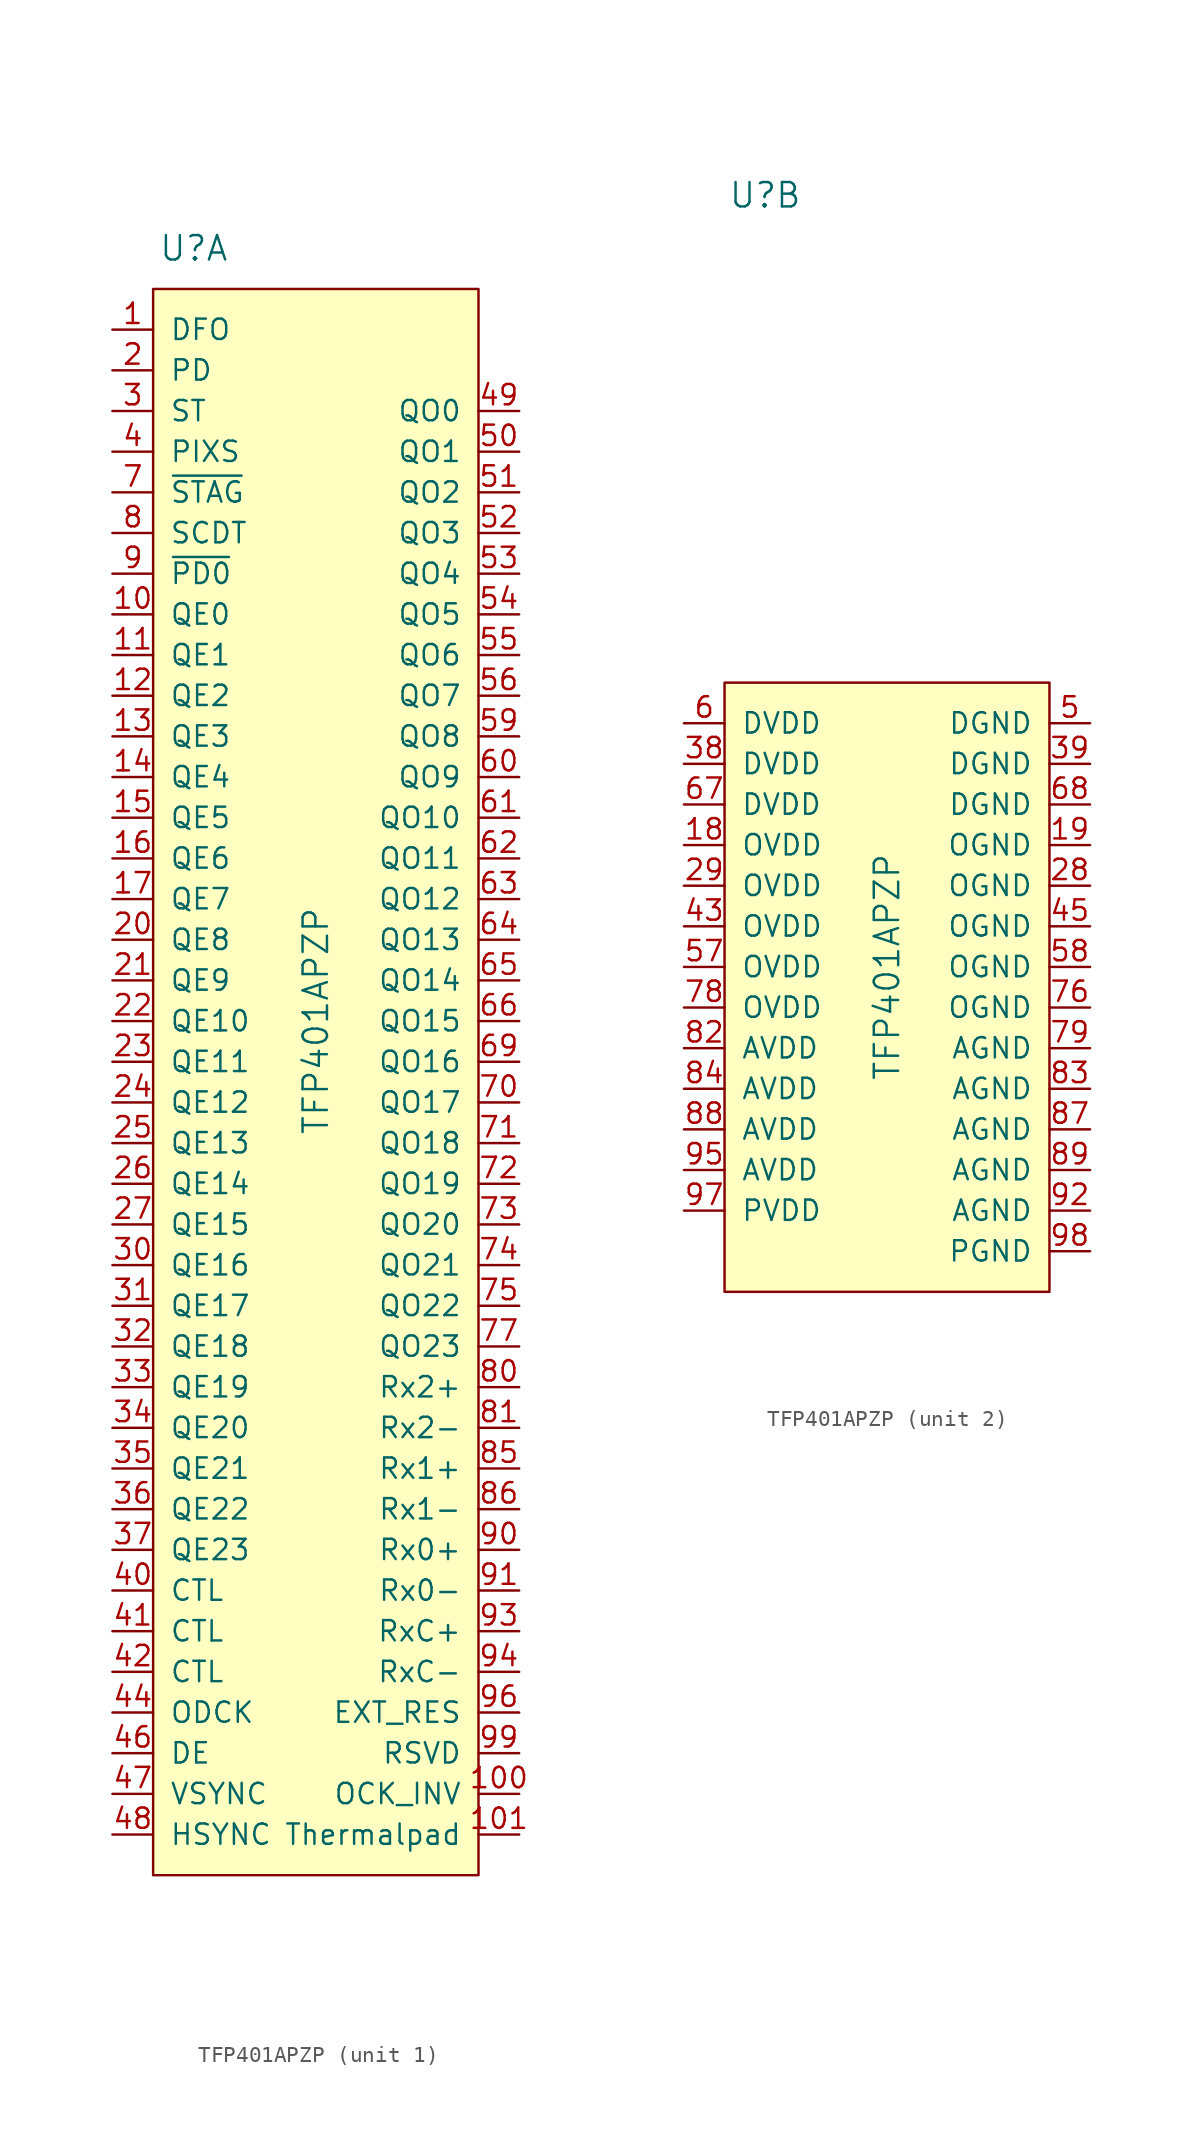
<source format=kicad_sym>
(kicad_symbol_lib
  (version 20220914)
  (generator kicad_symbol_editor)
  (symbol "TFP401APZP"
    (pin_names
      (offset 1.016))
    (property "Reference" "U"
      (at -10.16 48.26 0)
      (effects (font (size 1.524 1.524))))
    (property "Value" "TFP401APZP"
      (at -2.54 0 90)
      (effects (font (size 1.524 1.524))))
    (property "ki_locked" ""
      (at 0 0 0)
      (effects (font (size 1.27 1.27))))
    (symbol "TFP401APZP_1_1"
      (rectangle (start -12.7 45.72) (end 7.62 -53.34) (stroke (width 0) (type default)) (fill (type background)))
      (pin input line (at -15.24 43.18 0) (length 2.54) (name "DFO" (effects (font (size 1.27 1.27)))) (number "1" (effects (font (size 1.27 1.27)))))
      (pin output line (at -15.24 25.4 0) (length 2.54) (name "QE0" (effects (font (size 1.27 1.27)))) (number "10" (effects (font (size 1.27 1.27)))))
      (pin input line (at 10.16 -48.26 180) (length 2.54) (name "OCK_INV" (effects (font (size 1.27 1.27)))) (number "100" (effects (font (size 1.27 1.27)))))
      (pin passive line (at 10.16 -50.8 180) (length 2.54) (name "Thermalpad" (effects (font (size 1.27 1.27)))) (number "101" (effects (font (size 1.27 1.27)))))
      (pin output line (at -15.24 22.86 0) (length 2.54) (name "QE1" (effects (font (size 1.27 1.27)))) (number "11" (effects (font (size 1.27 1.27)))))
      (pin output line (at -15.24 20.32 0) (length 2.54) (name "QE2" (effects (font (size 1.27 1.27)))) (number "12" (effects (font (size 1.27 1.27)))))
      (pin output line (at -15.24 17.78 0) (length 2.54) (name "QE3" (effects (font (size 1.27 1.27)))) (number "13" (effects (font (size 1.27 1.27)))))
      (pin output line (at -15.24 15.24 0) (length 2.54) (name "QE4" (effects (font (size 1.27 1.27)))) (number "14" (effects (font (size 1.27 1.27)))))
      (pin output line (at -15.24 12.7 0) (length 2.54) (name "QE5" (effects (font (size 1.27 1.27)))) (number "15" (effects (font (size 1.27 1.27)))))
      (pin output line (at -15.24 10.16 0) (length 2.54) (name "QE6" (effects (font (size 1.27 1.27)))) (number "16" (effects (font (size 1.27 1.27)))))
      (pin output line (at -15.24 7.62 0) (length 2.54) (name "QE7" (effects (font (size 1.27 1.27)))) (number "17" (effects (font (size 1.27 1.27)))))
      (pin input line (at -15.24 40.64 0) (length 2.54) (name "PD" (effects (font (size 1.27 1.27)))) (number "2" (effects (font (size 1.27 1.27)))))
      (pin output line (at -15.24 5.08 0) (length 2.54) (name "QE8" (effects (font (size 1.27 1.27)))) (number "20" (effects (font (size 1.27 1.27)))))
      (pin output line (at -15.24 2.54 0) (length 2.54) (name "QE9" (effects (font (size 1.27 1.27)))) (number "21" (effects (font (size 1.27 1.27)))))
      (pin output line (at -15.24 0 0) (length 2.54) (name "QE10" (effects (font (size 1.27 1.27)))) (number "22" (effects (font (size 1.27 1.27)))))
      (pin output line (at -15.24 -2.54 0) (length 2.54) (name "QE11" (effects (font (size 1.27 1.27)))) (number "23" (effects (font (size 1.27 1.27)))))
      (pin output line (at -15.24 -5.08 0) (length 2.54) (name "QE12" (effects (font (size 1.27 1.27)))) (number "24" (effects (font (size 1.27 1.27)))))
      (pin output line (at -15.24 -7.62 0) (length 2.54) (name "QE13" (effects (font (size 1.27 1.27)))) (number "25" (effects (font (size 1.27 1.27)))))
      (pin output line (at -15.24 -10.16 0) (length 2.54) (name "QE14" (effects (font (size 1.27 1.27)))) (number "26" (effects (font (size 1.27 1.27)))))
      (pin output line (at -15.24 -12.7 0) (length 2.54) (name "QE15" (effects (font (size 1.27 1.27)))) (number "27" (effects (font (size 1.27 1.27)))))
      (pin output line (at -15.24 38.1 0) (length 2.54) (name "ST" (effects (font (size 1.27 1.27)))) (number "3" (effects (font (size 1.27 1.27)))))
      (pin output line (at -15.24 -15.24 0) (length 2.54) (name "QE16" (effects (font (size 1.27 1.27)))) (number "30" (effects (font (size 1.27 1.27)))))
      (pin output line (at -15.24 -17.78 0) (length 2.54) (name "QE17" (effects (font (size 1.27 1.27)))) (number "31" (effects (font (size 1.27 1.27)))))
      (pin output line (at -15.24 -20.32 0) (length 2.54) (name "QE18" (effects (font (size 1.27 1.27)))) (number "32" (effects (font (size 1.27 1.27)))))
      (pin output line (at -15.24 -22.86 0) (length 2.54) (name "QE19" (effects (font (size 1.27 1.27)))) (number "33" (effects (font (size 1.27 1.27)))))
      (pin output line (at -15.24 -25.4 0) (length 2.54) (name "QE20" (effects (font (size 1.27 1.27)))) (number "34" (effects (font (size 1.27 1.27)))))
      (pin output line (at -15.24 -27.94 0) (length 2.54) (name "QE21" (effects (font (size 1.27 1.27)))) (number "35" (effects (font (size 1.27 1.27)))))
      (pin output line (at -15.24 -30.48 0) (length 2.54) (name "QE22" (effects (font (size 1.27 1.27)))) (number "36" (effects (font (size 1.27 1.27)))))
      (pin output line (at -15.24 -33.02 0) (length 2.54) (name "QE23" (effects (font (size 1.27 1.27)))) (number "37" (effects (font (size 1.27 1.27)))))
      (pin input line (at -15.24 35.56 0) (length 2.54) (name "PIXS" (effects (font (size 1.27 1.27)))) (number "4" (effects (font (size 1.27 1.27)))))
      (pin output line (at -15.24 -35.56 0) (length 2.54) (name "CTL" (effects (font (size 1.27 1.27)))) (number "40" (effects (font (size 1.27 1.27)))))
      (pin output line (at -15.24 -38.1 0) (length 2.54) (name "CTL" (effects (font (size 1.27 1.27)))) (number "41" (effects (font (size 1.27 1.27)))))
      (pin output line (at -15.24 -40.64 0) (length 2.54) (name "CTL" (effects (font (size 1.27 1.27)))) (number "42" (effects (font (size 1.27 1.27)))))
      (pin output line (at -15.24 -43.18 0) (length 2.54) (name "ODCK" (effects (font (size 1.27 1.27)))) (number "44" (effects (font (size 1.27 1.27)))))
      (pin output line (at -15.24 -45.72 0) (length 2.54) (name "DE" (effects (font (size 1.27 1.27)))) (number "46" (effects (font (size 1.27 1.27)))))
      (pin output line (at -15.24 -48.26 0) (length 2.54) (name "VSYNC" (effects (font (size 1.27 1.27)))) (number "47" (effects (font (size 1.27 1.27)))))
      (pin output line (at -15.24 -50.8 0) (length 2.54) (name "HSYNC" (effects (font (size 1.27 1.27)))) (number "48" (effects (font (size 1.27 1.27)))))
      (pin output line (at 10.16 38.1 180) (length 2.54) (name "QO0" (effects (font (size 1.27 1.27)))) (number "49" (effects (font (size 1.27 1.27)))))
      (pin output line (at 10.16 35.56 180) (length 2.54) (name "QO1" (effects (font (size 1.27 1.27)))) (number "50" (effects (font (size 1.27 1.27)))))
      (pin output line (at 10.16 33.02 180) (length 2.54) (name "QO2" (effects (font (size 1.27 1.27)))) (number "51" (effects (font (size 1.27 1.27)))))
      (pin output line (at 10.16 30.48 180) (length 2.54) (name "QO3" (effects (font (size 1.27 1.27)))) (number "52" (effects (font (size 1.27 1.27)))))
      (pin output line (at 10.16 27.94 180) (length 2.54) (name "QO4" (effects (font (size 1.27 1.27)))) (number "53" (effects (font (size 1.27 1.27)))))
      (pin output line (at 10.16 25.4 180) (length 2.54) (name "QO5" (effects (font (size 1.27 1.27)))) (number "54" (effects (font (size 1.27 1.27)))))
      (pin output line (at 10.16 22.86 180) (length 2.54) (name "QO6" (effects (font (size 1.27 1.27)))) (number "55" (effects (font (size 1.27 1.27)))))
      (pin output line (at 10.16 20.32 180) (length 2.54) (name "QO7" (effects (font (size 1.27 1.27)))) (number "56" (effects (font (size 1.27 1.27)))))
      (pin output line (at 10.16 17.78 180) (length 2.54) (name "QO8" (effects (font (size 1.27 1.27)))) (number "59" (effects (font (size 1.27 1.27)))))
      (pin output line (at 10.16 15.24 180) (length 2.54) (name "QO9" (effects (font (size 1.27 1.27)))) (number "60" (effects (font (size 1.27 1.27)))))
      (pin output line (at 10.16 12.7 180) (length 2.54) (name "QO10" (effects (font (size 1.27 1.27)))) (number "61" (effects (font (size 1.27 1.27)))))
      (pin output line (at 10.16 10.16 180) (length 2.54) (name "QO11" (effects (font (size 1.27 1.27)))) (number "62" (effects (font (size 1.27 1.27)))))
      (pin output line (at 10.16 7.62 180) (length 2.54) (name "QO12" (effects (font (size 1.27 1.27)))) (number "63" (effects (font (size 1.27 1.27)))))
      (pin output line (at 10.16 5.08 180) (length 2.54) (name "QO13" (effects (font (size 1.27 1.27)))) (number "64" (effects (font (size 1.27 1.27)))))
      (pin output line (at 10.16 2.54 180) (length 2.54) (name "QO14" (effects (font (size 1.27 1.27)))) (number "65" (effects (font (size 1.27 1.27)))))
      (pin output line (at 10.16 0 180) (length 2.54) (name "QO15" (effects (font (size 1.27 1.27)))) (number "66" (effects (font (size 1.27 1.27)))))
      (pin output line (at 10.16 -2.54 180) (length 2.54) (name "QO16" (effects (font (size 1.27 1.27)))) (number "69" (effects (font (size 1.27 1.27)))))
      (pin input line (at -15.24 33.02 0) (length 2.54) (name "~{STAG}" (effects (font (size 1.27 1.27)))) (number "7" (effects (font (size 1.27 1.27)))))
      (pin output line (at 10.16 -5.08 180) (length 2.54) (name "QO17" (effects (font (size 1.27 1.27)))) (number "70" (effects (font (size 1.27 1.27)))))
      (pin output line (at 10.16 -7.62 180) (length 2.54) (name "QO18" (effects (font (size 1.27 1.27)))) (number "71" (effects (font (size 1.27 1.27)))))
      (pin output line (at 10.16 -10.16 180) (length 2.54) (name "QO19" (effects (font (size 1.27 1.27)))) (number "72" (effects (font (size 1.27 1.27)))))
      (pin output line (at 10.16 -12.7 180) (length 2.54) (name "QO20" (effects (font (size 1.27 1.27)))) (number "73" (effects (font (size 1.27 1.27)))))
      (pin output line (at 10.16 -15.24 180) (length 2.54) (name "QO21" (effects (font (size 1.27 1.27)))) (number "74" (effects (font (size 1.27 1.27)))))
      (pin output line (at 10.16 -17.78 180) (length 2.54) (name "QO22" (effects (font (size 1.27 1.27)))) (number "75" (effects (font (size 1.27 1.27)))))
      (pin output line (at 10.16 -20.32 180) (length 2.54) (name "QO23" (effects (font (size 1.27 1.27)))) (number "77" (effects (font (size 1.27 1.27)))))
      (pin output line (at -15.24 30.48 0) (length 2.54) (name "SCDT" (effects (font (size 1.27 1.27)))) (number "8" (effects (font (size 1.27 1.27)))))
      (pin input line (at 10.16 -22.86 180) (length 2.54) (name "Rx2+" (effects (font (size 1.27 1.27)))) (number "80" (effects (font (size 1.27 1.27)))))
      (pin input line (at 10.16 -25.4 180) (length 2.54) (name "Rx2-" (effects (font (size 1.27 1.27)))) (number "81" (effects (font (size 1.27 1.27)))))
      (pin input line (at 10.16 -27.94 180) (length 2.54) (name "Rx1+" (effects (font (size 1.27 1.27)))) (number "85" (effects (font (size 1.27 1.27)))))
      (pin input line (at 10.16 -30.48 180) (length 2.54) (name "Rx1-" (effects (font (size 1.27 1.27)))) (number "86" (effects (font (size 1.27 1.27)))))
      (pin input line (at -15.24 27.94 0) (length 2.54) (name "~{PD0}" (effects (font (size 1.27 1.27)))) (number "9" (effects (font (size 1.27 1.27)))))
      (pin input line (at 10.16 -33.02 180) (length 2.54) (name "Rx0+" (effects (font (size 1.27 1.27)))) (number "90" (effects (font (size 1.27 1.27)))))
      (pin input line (at 10.16 -35.56 180) (length 2.54) (name "Rx0-" (effects (font (size 1.27 1.27)))) (number "91" (effects (font (size 1.27 1.27)))))
      (pin input line (at 10.16 -38.1 180) (length 2.54) (name "RxC+" (effects (font (size 1.27 1.27)))) (number "93" (effects (font (size 1.27 1.27)))))
      (pin input line (at 10.16 -40.64 180) (length 2.54) (name "RxC-" (effects (font (size 1.27 1.27)))) (number "94" (effects (font (size 1.27 1.27)))))
      (pin passive line (at 10.16 -43.18 180) (length 2.54) (name "EXT_RES" (effects (font (size 1.27 1.27)))) (number "96" (effects (font (size 1.27 1.27)))))
      (pin input line (at 10.16 -45.72 180) (length 2.54) (name "RSVD" (effects (font (size 1.27 1.27)))) (number "99" (effects (font (size 1.27 1.27))))))
    (symbol "TFP401APZP_2_1"
      (rectangle (start -12.7 17.78) (end 7.62 -20.32) (stroke (width 0) (type default)) (fill (type background)))
      (pin power_in line (at -15.24 7.62 0) (length 2.54) (name "OVDD" (effects (font (size 1.27 1.27)))) (number "18" (effects (font (size 1.27 1.27)))))
      (pin power_in line (at 10.16 7.62 180) (length 2.54) (name "OGND" (effects (font (size 1.27 1.27)))) (number "19" (effects (font (size 1.27 1.27)))))
      (pin power_in line (at 10.16 5.08 180) (length 2.54) (name "OGND" (effects (font (size 1.27 1.27)))) (number "28" (effects (font (size 1.27 1.27)))))
      (pin power_in line (at -15.24 5.08 0) (length 2.54) (name "OVDD" (effects (font (size 1.27 1.27)))) (number "29" (effects (font (size 1.27 1.27)))))
      (pin power_in line (at -15.24 12.7 0) (length 2.54) (name "DVDD" (effects (font (size 1.27 1.27)))) (number "38" (effects (font (size 1.27 1.27)))))
      (pin power_in line (at 10.16 12.7 180) (length 2.54) (name "DGND" (effects (font (size 1.27 1.27)))) (number "39" (effects (font (size 1.27 1.27)))))
      (pin power_in line (at -15.24 2.54 0) (length 2.54) (name "OVDD" (effects (font (size 1.27 1.27)))) (number "43" (effects (font (size 1.27 1.27)))))
      (pin power_in line (at 10.16 2.54 180) (length 2.54) (name "OGND" (effects (font (size 1.27 1.27)))) (number "45" (effects (font (size 1.27 1.27)))))
      (pin power_in line (at 10.16 15.24 180) (length 2.54) (name "DGND" (effects (font (size 1.27 1.27)))) (number "5" (effects (font (size 1.27 1.27)))))
      (pin power_in line (at -15.24 0 0) (length 2.54) (name "OVDD" (effects (font (size 1.27 1.27)))) (number "57" (effects (font (size 1.27 1.27)))))
      (pin power_in line (at 10.16 0 180) (length 2.54) (name "OGND" (effects (font (size 1.27 1.27)))) (number "58" (effects (font (size 1.27 1.27)))))
      (pin power_in line (at -15.24 15.24 0) (length 2.54) (name "DVDD" (effects (font (size 1.27 1.27)))) (number "6" (effects (font (size 1.27 1.27)))))
      (pin power_in line (at -15.24 10.16 0) (length 2.54) (name "DVDD" (effects (font (size 1.27 1.27)))) (number "67" (effects (font (size 1.27 1.27)))))
      (pin power_in line (at 10.16 10.16 180) (length 2.54) (name "DGND" (effects (font (size 1.27 1.27)))) (number "68" (effects (font (size 1.27 1.27)))))
      (pin power_in line (at 10.16 -2.54 180) (length 2.54) (name "OGND" (effects (font (size 1.27 1.27)))) (number "76" (effects (font (size 1.27 1.27)))))
      (pin power_in line (at -15.24 -2.54 0) (length 2.54) (name "OVDD" (effects (font (size 1.27 1.27)))) (number "78" (effects (font (size 1.27 1.27)))))
      (pin power_in line (at 10.16 -5.08 180) (length 2.54) (name "AGND" (effects (font (size 1.27 1.27)))) (number "79" (effects (font (size 1.27 1.27)))))
      (pin power_in line (at -15.24 -5.08 0) (length 2.54) (name "AVDD" (effects (font (size 1.27 1.27)))) (number "82" (effects (font (size 1.27 1.27)))))
      (pin power_in line (at 10.16 -7.62 180) (length 2.54) (name "AGND" (effects (font (size 1.27 1.27)))) (number "83" (effects (font (size 1.27 1.27)))))
      (pin power_in line (at -15.24 -7.62 0) (length 2.54) (name "AVDD" (effects (font (size 1.27 1.27)))) (number "84" (effects (font (size 1.27 1.27)))))
      (pin power_in line (at 10.16 -10.16 180) (length 2.54) (name "AGND" (effects (font (size 1.27 1.27)))) (number "87" (effects (font (size 1.27 1.27)))))
      (pin power_in line (at -15.24 -10.16 0) (length 2.54) (name "AVDD" (effects (font (size 1.27 1.27)))) (number "88" (effects (font (size 1.27 1.27)))))
      (pin power_in line (at 10.16 -12.7 180) (length 2.54) (name "AGND" (effects (font (size 1.27 1.27)))) (number "89" (effects (font (size 1.27 1.27)))))
      (pin power_in line (at 10.16 -15.24 180) (length 2.54) (name "AGND" (effects (font (size 1.27 1.27)))) (number "92" (effects (font (size 1.27 1.27)))))
      (pin power_in line (at -15.24 -12.7 0) (length 2.54) (name "AVDD" (effects (font (size 1.27 1.27)))) (number "95" (effects (font (size 1.27 1.27)))))
      (pin power_in line (at -15.24 -15.24 0) (length 2.54) (name "PVDD" (effects (font (size 1.27 1.27)))) (number "97" (effects (font (size 1.27 1.27)))))
      (pin power_in line (at 10.16 -17.78 180) (length 2.54) (name "PGND" (effects (font (size 1.27 1.27)))) (number "98" (effects (font (size 1.27 1.27))))))))
</source>
